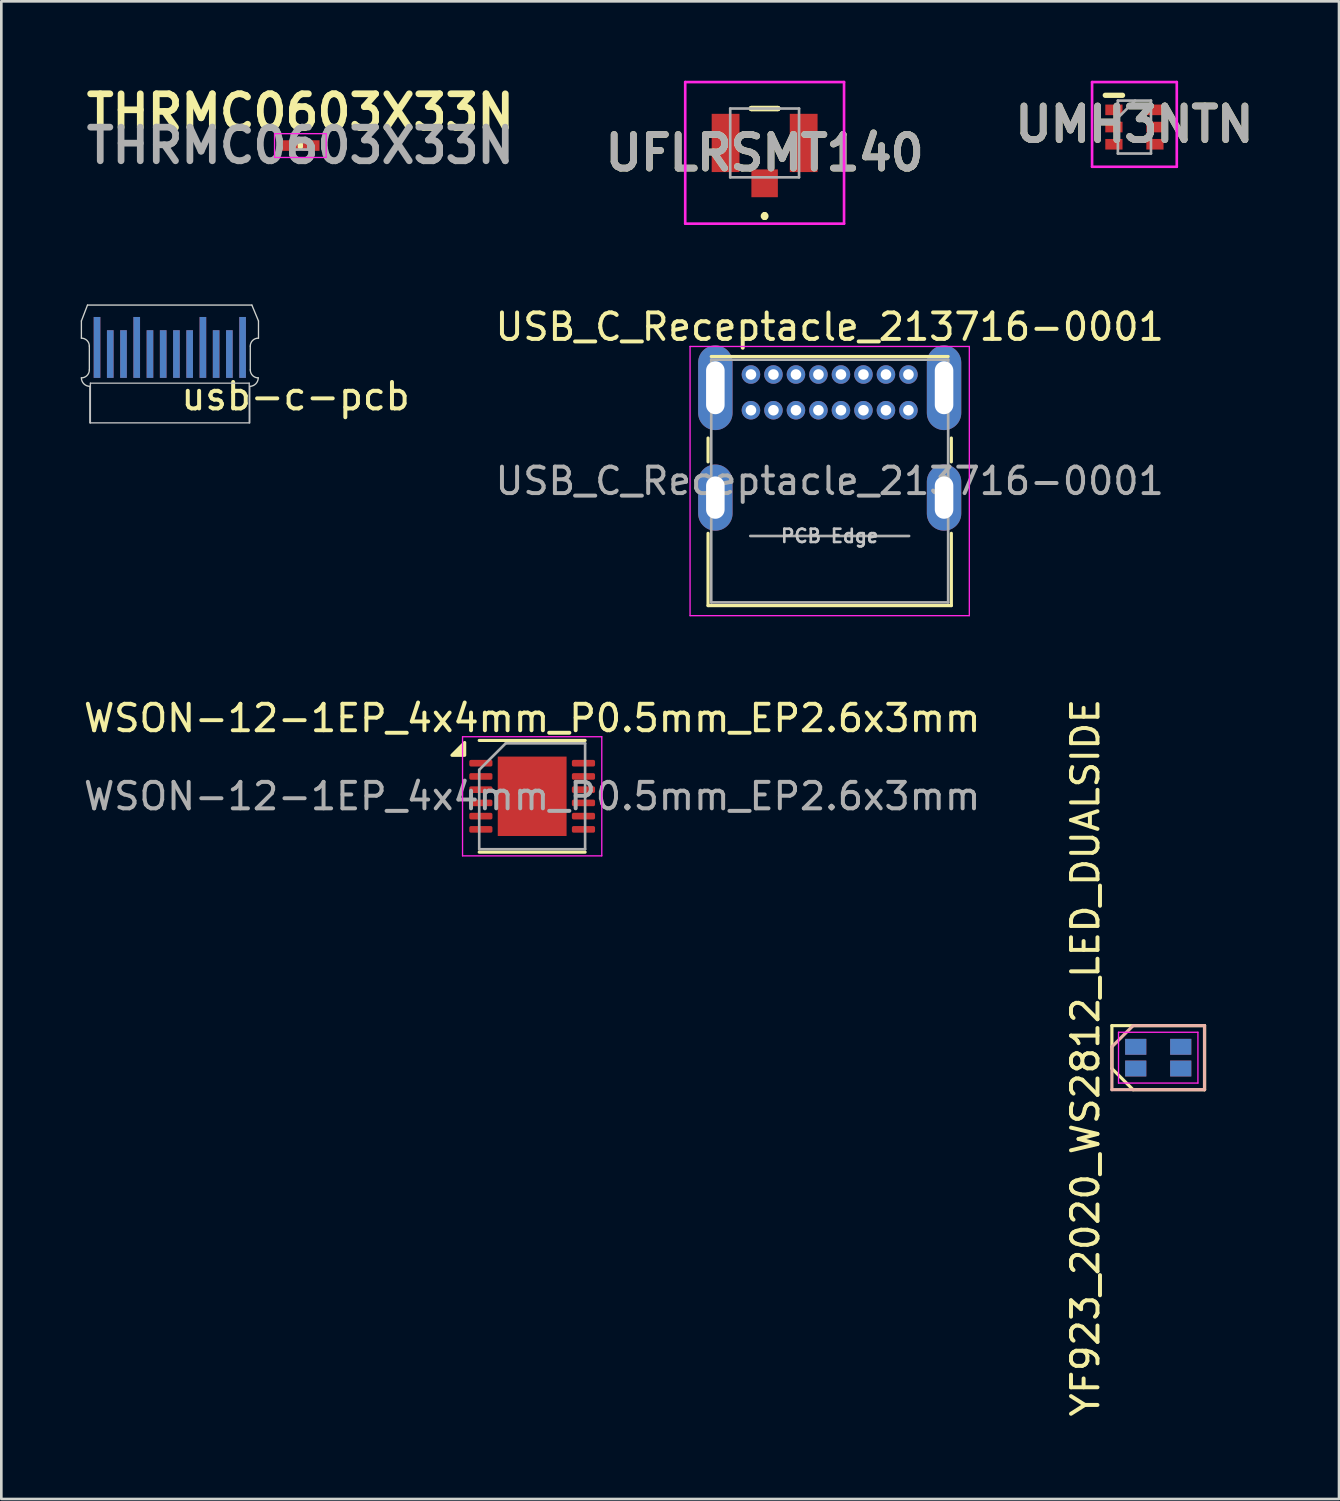
<source format=kicad_pcb>
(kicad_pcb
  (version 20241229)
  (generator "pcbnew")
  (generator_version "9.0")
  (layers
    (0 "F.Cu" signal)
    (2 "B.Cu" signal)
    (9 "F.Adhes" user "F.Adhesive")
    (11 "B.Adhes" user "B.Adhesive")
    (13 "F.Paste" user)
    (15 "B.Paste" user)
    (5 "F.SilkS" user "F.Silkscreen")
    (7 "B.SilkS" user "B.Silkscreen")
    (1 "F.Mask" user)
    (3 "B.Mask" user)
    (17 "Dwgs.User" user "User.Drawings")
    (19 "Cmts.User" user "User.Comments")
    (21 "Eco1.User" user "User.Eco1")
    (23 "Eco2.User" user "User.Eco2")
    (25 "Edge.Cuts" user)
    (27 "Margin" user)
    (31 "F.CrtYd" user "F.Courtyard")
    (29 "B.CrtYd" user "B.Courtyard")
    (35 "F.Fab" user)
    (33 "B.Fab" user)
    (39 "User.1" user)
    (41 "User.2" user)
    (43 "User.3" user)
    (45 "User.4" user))
  (footprint "UMH3NTN"
    (layer "F.Cu")
    (at 39.806 1.75)
    (property "Reference" "UMH3NTN" (at 0 -0.1 0) (layer "F.SilkS") (effects (font (size 1.27 1.27) (thickness 0.254))))
    (attr smd)
    (fp_line (start -1.1 -1.2) (end -0.45 -1.2) (stroke (width 0.2) (type solid)) (layer "F.SilkS"))
    (fp_line (start -1.6 -1.7) (end 1.6 -1.7) (stroke (width 0.1) (type solid)) (layer "F.CrtYd"))
    (fp_line (start -1.6 1.5) (end -1.6 -1.7) (stroke (width 0.1) (type solid)) (layer "F.CrtYd"))
    (fp_line (start 1.6 -1.7) (end 1.6 1.5) (stroke (width 0.1) (type solid)) (layer "F.CrtYd"))
    (fp_line (start 1.6 1.5) (end -1.6 1.5) (stroke (width 0.1) (type solid)) (layer "F.CrtYd"))
    (fp_line (start -0.625 -1) (end 0.625 -1) (stroke (width 0.1) (type solid)) (layer "F.Fab"))
    (fp_line (start -0.625 -0.35) (end 0.025 -1) (stroke (width 0.1) (type solid)) (layer "F.Fab"))
    (fp_line (start -0.625 1) (end -0.625 -1) (stroke (width 0.1) (type solid)) (layer "F.Fab"))
    (fp_line (start 0.625 -1) (end 0.625 1) (stroke (width 0.1) (type solid)) (layer "F.Fab"))
    (fp_line (start 0.625 1) (end -0.625 1) (stroke (width 0.1) (type solid)) (layer "F.Fab"))
    (fp_text user "${REFERENCE}" (at 0 -0.1 0) (layer "F.Fab") (effects (font (size 1.27 1.27) (thickness 0.254))))
    (pad "1" smd rect (at -0.775 -0.65 90) (size 0.4 0.65) (layers "F.Cu" "F.Mask" "F.Paste"))
    (pad "2" smd rect (at -0.775 0 90) (size 0.4 0.65) (layers "F.Cu" "F.Mask" "F.Paste"))
    (pad "3" smd rect (at -0.775 0.65 90) (size 0.4 0.65) (layers "F.Cu" "F.Mask" "F.Paste"))
    (pad "4" smd rect (at 0.775 0.65 90) (size 0.4 0.65) (layers "F.Cu" "F.Mask" "F.Paste"))
    (pad "5" smd rect (at 0.775 0 90) (size 0.4 0.65) (layers "F.Cu" "F.Mask" "F.Paste"))
    (pad "6" smd rect (at 0.775 -0.65 90) (size 0.4 0.65) (layers "F.Cu" "F.Mask" "F.Paste")))
  (footprint "THRMC0603X33N"
    (layer "F.Cu")
    (at 8.297 2.449)
    (property "Reference" "THRMC0603X33N" (at 0 -1.26 0) (layer "F.SilkS") (effects (font (size 1.27 1.27) (thickness 0.254))))
    (attr smd)
    (fp_line (start 0 -0.05) (end 0 0.05) (stroke (width 0.2) (type solid)) (layer "F.SilkS"))
    (fp_line (start -0.975 -0.45) (end 0.975 -0.45) (stroke (width 0.05) (type solid)) (layer "F.CrtYd"))
    (fp_line (start -0.975 0.45) (end -0.975 -0.45) (stroke (width 0.05) (type solid)) (layer "F.CrtYd"))
    (fp_line (start 0.975 -0.45) (end 0.975 0.45) (stroke (width 0.05) (type solid)) (layer "F.CrtYd"))
    (fp_line (start 0.975 0.45) (end -0.975 0.45) (stroke (width 0.05) (type solid)) (layer "F.CrtYd"))
    (fp_line (start -0.3 -0.15) (end 0.3 -0.15) (stroke (width 0.1) (type solid)) (layer "F.Fab"))
    (fp_line (start -0.3 0.15) (end -0.3 -0.15) (stroke (width 0.1) (type solid)) (layer "F.Fab"))
    (fp_line (start 0.3 -0.15) (end 0.3 0.15) (stroke (width 0.1) (type solid)) (layer "F.Fab"))
    (fp_line (start 0.3 0.15) (end -0.3 0.15) (stroke (width 0.1) (type solid)) (layer "F.Fab"))
    (fp_text user "${REFERENCE}" (at 0 0 0) (layer "F.Fab") (effects (font (size 1.27 1.27) (thickness 0.254))))
    (pad "1" smd rect (at -0.4 0 90) (size 0.4 0.65) (layers "F.Cu" "F.Mask" "F.Paste"))
    (pad "2" smd rect (at 0.4 0 90) (size 0.4 0.65) (layers "F.Cu" "F.Mask" "F.Paste")))
  (footprint "usb-c-pcb"
    (layer "F.Cu")
    (at 3.365 12.925)
    (property "Reference" "usb-c-pcb" (at 4.75 -1 0) (layer "F.SilkS") (effects (font (size 1 1) (thickness 0.15))))
    (attr smd)
    (fp_line (start -3 -1.5) (end -3 0) (stroke (width 0.05) (type solid)) (layer "Dwgs.User"))
    (fp_line (start -3 0) (end 3 0) (stroke (width 0.05) (type solid)) (layer "Dwgs.User"))
    (fp_line (start 3 -1.5) (end -3 -1.5) (stroke (width 0.05) (type solid)) (layer "Dwgs.User"))
    (fp_line (start 3 0) (end 3 -1.5) (stroke (width 0.05) (type solid)) (layer "Dwgs.User"))
    (fp_line (start -3.34 -3.85) (end -3.34 -3.2) (stroke (width 0.05) (type solid)) (layer "Edge.Cuts"))
    (fp_line (start -3.11 -4.45) (end -3.34 -3.85) (stroke (width 0.05) (type solid)) (layer "Edge.Cuts"))
    (fp_line (start -3.11 -4.45) (end 3.1 -4.45) (stroke (width 0.05) (type solid)) (layer "Edge.Cuts"))
    (fp_line (start -3.04 -2.9) (end -3.04 -2) (stroke (width 0.05) (type solid)) (layer "Edge.Cuts"))
    (fp_line (start -3.02 -1.38) (end -3.02 0) (stroke (width 0.05) (type default)) (layer "Edge.Cuts"))
    (fp_line (start 3.02 -1.38) (end 3.02 0) (stroke (width 0.05) (type default)) (layer "Edge.Cuts"))
    (fp_line (start 3.04 -2.9) (end 3.04 -2) (stroke (width 0.05) (type solid)) (layer "Edge.Cuts"))
    (fp_line (start 3.1 -4.45) (end 3.35 -3.85) (stroke (width 0.05) (type solid)) (layer "Edge.Cuts"))
    (fp_line (start 3.35 -3.85) (end 3.35 -3.2) (stroke (width 0.05) (type solid)) (layer "Edge.Cuts"))
    (fp_arc (start -3.34 -3.2) (mid -3.127868 -3.112132) (end -3.04 -2.9) (stroke (width 0.05) (type solid)) (layer "Edge.Cuts"))
    (fp_arc (start -3.04 -2) (mid -3.127868 -1.787868) (end -3.34 -1.7) (stroke (width 0.05) (type solid)) (layer "Edge.Cuts"))
    (fp_arc (start -3.02 -1.38) (mid -3.246274 -1.473726) (end -3.34 -1.7) (stroke (width 0.05) (type solid)) (layer "Edge.Cuts"))
    (fp_arc (start 3.04 -2.9) (mid 3.131406 -3.115714) (end 3.35 -3.2) (stroke (width 0.05) (type solid)) (layer "Edge.Cuts"))
    (fp_arc (start 3.34 -1.7) (mid 3.246274 -1.473726) (end 3.02 -1.38) (stroke (width 0.05) (type solid)) (layer "Edge.Cuts"))
    (fp_arc (start 3.34 -1.7) (mid 3.127868 -1.787868) (end 3.04 -2) (stroke (width 0.05) (type solid)) (layer "Edge.Cuts"))
    (pad "A1" smd rect (at 2.75 -2.85) (size 0.25 2.3) (layers "F.Cu" "F.Mask" "F.Paste"))
    (pad "A2" smd rect (at 2.25 -2.6) (size 0.25 1.8) (layers "F.Cu" "F.Mask" "F.Paste"))
    (pad "A3" smd rect (at 1.75 -2.6) (size 0.25 1.8) (layers "F.Cu" "F.Mask" "F.Paste"))
    (pad "A4" smd rect (at 1.25 -2.85) (size 0.25 2.3) (layers "F.Cu" "F.Mask" "F.Paste"))
    (pad "A5" smd rect (at 0.75 -2.6) (size 0.25 1.8) (layers "F.Cu" "F.Mask" "F.Paste"))
    (pad "A6" smd rect (at 0.25 -2.6) (size 0.25 1.8) (layers "F.Cu" "F.Mask" "F.Paste"))
    (pad "A7" smd rect (at -0.25 -2.6) (size 0.25 1.8) (layers "F.Cu" "F.Mask" "F.Paste"))
    (pad "A8" smd rect (at -0.75 -2.6) (size 0.25 1.8) (layers "F.Cu" "F.Mask" "F.Paste"))
    (pad "A9" smd rect (at -1.25 -2.85) (size 0.25 2.3) (layers "F.Cu" "F.Mask" "F.Paste"))
    (pad "A10" smd rect (at -1.75 -2.6) (size 0.25 1.8) (layers "F.Cu" "F.Mask" "F.Paste"))
    (pad "A11" smd rect (at -2.25 -2.6) (size 0.25 1.8) (layers "F.Cu" "F.Mask" "F.Paste"))
    (pad "A12" smd rect (at -2.75 -2.85) (size 0.25 2.3) (layers "F.Cu" "F.Mask" "F.Paste"))
    (pad "B1" smd rect (at -2.75 -2.85 180) (size 0.25 2.3) (layers "B.Cu" "B.Mask" "B.Paste"))
    (pad "B2" smd rect (at -2.25 -2.6 180) (size 0.25 1.8) (layers "B.Cu" "B.Mask" "B.Paste"))
    (pad "B3" smd rect (at -1.75 -2.6 180) (size 0.25 1.8) (layers "B.Cu" "B.Mask" "B.Paste"))
    (pad "B4" smd rect (at -1.25 -2.85 180) (size 0.25 2.3) (layers "B.Cu" "B.Mask" "B.Paste"))
    (pad "B5" smd rect (at -0.75 -2.6 180) (size 0.25 1.8) (layers "B.Cu" "B.Mask" "B.Paste"))
    (pad "B6" smd rect (at -0.25 -2.6 180) (size 0.25 1.8) (layers "B.Cu" "B.Mask" "B.Paste"))
    (pad "B7" smd rect (at 0.25 -2.6 180) (size 0.25 1.8) (layers "B.Cu" "B.Mask" "B.Paste"))
    (pad "B8" smd rect (at 0.75 -2.6 180) (size 0.25 1.8) (layers "B.Cu" "B.Mask" "B.Paste"))
    (pad "B9" smd rect (at 1.25 -2.85 180) (size 0.25 2.3) (layers "B.Cu" "B.Mask" "B.Paste"))
    (pad "B10" smd rect (at 1.75 -2.6 180) (size 0.25 1.8) (layers "B.Cu" "B.Mask" "B.Paste"))
    (pad "B11" smd rect (at 2.25 -2.6 180) (size 0.25 1.8) (layers "B.Cu" "B.Mask" "B.Paste"))
    (pad "B12" smd rect (at 2.75 -2.85 180) (size 0.25 2.3) (layers "B.Cu" "B.Mask" "B.Paste")))
  (footprint "YF923_2020_WS2812_LED_DUALSIDE"
    (layer "F.Cu")
    (at 40.705 36.906)
    (property "Reference" "YF923_2020_WS2812_LED_DUALSIDE" (at -2.75 0 90) (layer "F.SilkS") (effects (font (size 1 1) (thickness 0.15))))
    (attr through_hole)
    (fp_line (start -1.75 -1.21) (end 1.75 -1.21) (stroke (width 0.12) (type solid)) (layer "F.SilkS"))
    (fp_line (start -1.75 0.41) (end -1.75 -1.21) (stroke (width 0.12) (type solid)) (layer "F.SilkS"))
    (fp_line (start -0.95 1.21) (end -1.75 0.41) (stroke (width 0.12) (type solid)) (layer "F.SilkS"))
    (fp_line (start 1.75 -1.21) (end 1.75 1.21) (stroke (width 0.12) (type solid)) (layer "F.SilkS"))
    (fp_line (start 1.75 1.21) (end -0.95 1.21) (stroke (width 0.12) (type solid)) (layer "F.SilkS"))
    (fp_line (start -1.75 -0.41) (end -1.75 1.21) (stroke (width 0.12) (type solid)) (layer "B.SilkS"))
    (fp_line (start -1.75 1.21) (end 1.75 1.21) (stroke (width 0.12) (type solid)) (layer "B.SilkS"))
    (fp_line (start -0.95 -1.21) (end -1.75 -0.41) (stroke (width 0.12) (type solid)) (layer "B.SilkS"))
    (fp_line (start 1.75 -1.21) (end -0.95 -1.21) (stroke (width 0.12) (type solid)) (layer "B.SilkS"))
    (fp_line (start 1.75 1.21) (end 1.75 -1.21) (stroke (width 0.12) (type solid)) (layer "B.SilkS"))
    (fp_line (start -1.5 -0.96) (end 1.5 -0.96) (stroke (width 0.05) (type solid)) (layer "F.CrtYd"))
    (fp_line (start -1.5 0.96) (end -1.5 -0.96) (stroke (width 0.05) (type solid)) (layer "F.CrtYd"))
    (fp_line (start 1.5 -0.96) (end 1.5 0.96) (stroke (width 0.05) (type solid)) (layer "F.CrtYd"))
    (fp_line (start 1.5 0.96) (end -1.5 0.96) (stroke (width 0.05) (type solid)) (layer "F.CrtYd"))
    (pad "1" smd rect (at -0.85 -0.41 180) (size 0.8 0.6) (layers "B.Cu" "B.Mask" "B.Paste"))
    (pad "1" smd rect (at -0.85 0.41) (size 0.8 0.6) (layers "F.Cu" "F.Mask" "F.Paste"))
    (pad "2" smd rect (at 0.85 -0.41) (size 0.8 0.6) (layers "F.Cu" "F.Mask" "F.Paste"))
    (pad "2" smd rect (at 0.85 0.41 180) (size 0.8 0.6) (layers "B.Cu" "B.Mask" "B.Paste"))
    (pad "3" smd rect (at 0.85 -0.41 180) (size 0.8 0.6) (layers "B.Cu" "B.Mask" "B.Paste"))
    (pad "3" smd rect (at 0.85 0.41) (size 0.8 0.6) (layers "F.Cu" "F.Mask" "F.Paste"))
    (pad "4" smd rect (at -0.85 -0.41) (size 0.8 0.6) (layers "F.Cu" "F.Mask" "F.Paste"))
    (pad "4" smd rect (at -0.85 0.41 180) (size 0.8 0.6) (layers "B.Cu" "B.Mask" "B.Paste")))
  (footprint "WSON-12-1EP_4x4mm_P0.5mm_EP2.6x3mm"
    (layer "F.Cu")
    (at 17.054 27.032)
    (property "Reference" "WSON-12-1EP_4x4mm_P0.5mm_EP2.6x3mm" (at 0 -2.95 0) (layer "F.SilkS") (effects (font (size 1 1) (thickness 0.15))))
    (attr smd)
    (fp_line (start -2 -2.11) (end 2 -2.11) (stroke (width 0.12) (type solid)) (layer "F.SilkS"))
    (fp_line (start -2 2.11) (end 2 2.11) (stroke (width 0.12) (type solid)) (layer "F.SilkS"))
    (fp_poly (pts (xy -2.55 -1.55) (xy -3.03 -1.55) (xy -2.55 -2.03) (xy -2.55 -1.55)) (stroke (width 0.12) (type solid)) (fill yes) (layer "F.SilkS"))
    (fp_line (start -2.63 -2.25) (end -2.63 2.25) (stroke (width 0.05) (type solid)) (layer "F.CrtYd"))
    (fp_line (start -2.63 2.25) (end 2.63 2.25) (stroke (width 0.05) (type solid)) (layer "F.CrtYd"))
    (fp_line (start 2.63 -2.25) (end -2.63 -2.25) (stroke (width 0.05) (type solid)) (layer "F.CrtYd"))
    (fp_line (start 2.63 2.25) (end 2.63 -2.25) (stroke (width 0.05) (type solid)) (layer "F.CrtYd"))
    (fp_line (start -2 -1) (end -1 -2) (stroke (width 0.1) (type solid)) (layer "F.Fab"))
    (fp_line (start -2 2) (end -2 -1) (stroke (width 0.1) (type solid)) (layer "F.Fab"))
    (fp_line (start -1 -2) (end 2 -2) (stroke (width 0.1) (type solid)) (layer "F.Fab"))
    (fp_line (start 2 -2) (end 2 2) (stroke (width 0.1) (type solid)) (layer "F.Fab"))
    (fp_line (start 2 2) (end -2 2) (stroke (width 0.1) (type solid)) (layer "F.Fab"))
    (fp_text user "${REFERENCE}" (at 0 0 0) (layer "F.Fab") (effects (font (size 1 1) (thickness 0.15))))
    (pad "" smd roundrect (at -0.65 -0.75) (size 1.05 1.21) (layers "F.Paste") (roundrect_rratio 0.238))
    (pad "" smd roundrect (at -0.65 0.75) (size 1.05 1.21) (layers "F.Paste") (roundrect_rratio 0.238))
    (pad "" smd roundrect (at 0.65 -0.75) (size 1.05 1.21) (layers "F.Paste") (roundrect_rratio 0.238))
    (pad "" smd roundrect (at 0.65 0.75) (size 1.05 1.21) (layers "F.Paste") (roundrect_rratio 0.238))
    (pad "1" smd roundrect (at -1.938 -1.25) (size 0.875 0.25) (layers "F.Cu" "F.Mask" "F.Paste") (roundrect_rratio 0.25))
    (pad "2" smd roundrect (at -1.938 -0.75) (size 0.875 0.25) (layers "F.Cu" "F.Mask" "F.Paste") (roundrect_rratio 0.25))
    (pad "3" smd roundrect (at -1.938 -0.25) (size 0.875 0.25) (layers "F.Cu" "F.Mask" "F.Paste") (roundrect_rratio 0.25))
    (pad "4" smd roundrect (at -1.938 0.25) (size 0.875 0.25) (layers "F.Cu" "F.Mask" "F.Paste") (roundrect_rratio 0.25))
    (pad "5" smd roundrect (at -1.938 0.75) (size 0.875 0.25) (layers "F.Cu" "F.Mask" "F.Paste") (roundrect_rratio 0.25))
    (pad "6" smd roundrect (at -1.938 1.25) (size 0.875 0.25) (layers "F.Cu" "F.Mask" "F.Paste") (roundrect_rratio 0.25))
    (pad "7" smd roundrect (at 1.938 1.25) (size 0.875 0.25) (layers "F.Cu" "F.Mask" "F.Paste") (roundrect_rratio 0.25))
    (pad "8" smd roundrect (at 1.938 0.75) (size 0.875 0.25) (layers "F.Cu" "F.Mask" "F.Paste") (roundrect_rratio 0.25))
    (pad "9" smd roundrect (at 1.938 0.25) (size 0.875 0.25) (layers "F.Cu" "F.Mask" "F.Paste") (roundrect_rratio 0.25))
    (pad "10" smd roundrect (at 1.938 -0.25) (size 0.875 0.25) (layers "F.Cu" "F.Mask" "F.Paste") (roundrect_rratio 0.25))
    (pad "11" smd roundrect (at 1.938 -0.75) (size 0.875 0.25) (layers "F.Cu" "F.Mask" "F.Paste") (roundrect_rratio 0.25))
    (pad "12" smd roundrect (at 1.938 -1.25) (size 0.875 0.25) (layers "F.Cu" "F.Mask" "F.Paste") (roundrect_rratio 0.25))
    (pad "13" smd rect (at 0 0) (size 2.6 3) (property pad_prop_heatsink) (layers "F.Cu" "F.Mask")))
  (footprint "UFLRSMT140"
    (layer "F.Cu")
    (at 25.836 2.462)
    (property "Reference" "UFLRSMT140" (at 0 0.263 0) (layer "F.SilkS") (effects (font (size 1.27 1.27) (thickness 0.254))))
    (attr smd)
    (fp_line (start -0.5 -1.412) (end -0.5 -1.412) (stroke (width 0.2) (type solid)) (layer "F.SilkS"))
    (fp_line (start -0.5 -1.412) (end 0.5 -1.412) (stroke (width 0.2) (type solid)) (layer "F.SilkS"))
    (fp_line (start 0 2.6) (end 0 2.6) (stroke (width 0.2) (type solid)) (layer "F.SilkS"))
    (fp_line (start 0 2.7) (end 0 2.6) (stroke (width 0.2) (type solid)) (layer "F.SilkS"))
    (fp_line (start 0 2.7) (end 0 2.7) (stroke (width 0.2) (type solid)) (layer "F.SilkS"))
    (fp_line (start 0.5 -1.412) (end -0.5 -1.412) (stroke (width 0.2) (type solid)) (layer "F.SilkS"))
    (fp_line (start 0.5 -1.412) (end 0.5 -1.412) (stroke (width 0.2) (type solid)) (layer "F.SilkS"))
    (fp_arc (start 0 2.6) (mid 0.05 2.65) (end 0 2.7) (stroke (width 0.2) (type solid)) (layer "F.SilkS"))
    (fp_arc (start 0 2.7) (mid -0.05 2.65) (end 0 2.6) (stroke (width 0.2) (type solid)) (layer "F.SilkS"))
    (fp_line (start -3 -2.412) (end 3 -2.412) (stroke (width 0.1) (type solid)) (layer "F.CrtYd"))
    (fp_line (start -3 2.938) (end -3 -2.412) (stroke (width 0.1) (type solid)) (layer "F.CrtYd"))
    (fp_line (start 3 -2.412) (end 3 2.938) (stroke (width 0.1) (type solid)) (layer "F.CrtYd"))
    (fp_line (start 3 2.938) (end -3 2.938) (stroke (width 0.1) (type solid)) (layer "F.CrtYd"))
    (fp_line (start -1.3 -1.412) (end -1.3 1.188) (stroke (width 0.1) (type solid)) (layer "F.Fab"))
    (fp_line (start -1.3 1.188) (end 1.3 1.188) (stroke (width 0.1) (type solid)) (layer "F.Fab"))
    (fp_line (start 1.3 -1.412) (end -1.3 -1.412) (stroke (width 0.1) (type solid)) (layer "F.Fab"))
    (fp_line (start 1.3 1.188) (end 1.3 -1.412) (stroke (width 0.1) (type solid)) (layer "F.Fab"))
    (fp_text user "${REFERENCE}" (at 0 0.263 0) (layer "F.Fab") (effects (font (size 1.27 1.27) (thickness 0.254))))
    (pad "1" smd rect (at 0 1.413) (size 1 1.05) (layers "F.Cu" "F.Mask" "F.Paste"))
    (pad "2" smd rect (at 1.475 -0.112) (size 1.05 2.2) (layers "F.Cu" "F.Mask" "F.Paste"))
    (pad "3" smd rect (at -1.475 -0.112) (size 1.05 2.2) (layers "F.Cu" "F.Mask" "F.Paste")))
  (footprint "USB_C_Receptacle_213716-0001"
    (layer "F.Cu")
    (at 25.319 11.098)
    (property "Reference" "USB_C_Receptacle_213716-0001" (at 2.975 -1.8 0) (layer "F.SilkS") (effects (font (size 1 1) (thickness 0.15))))
    (attr through_hole)
    (fp_line (start -1.62 2.4) (end -1.62 3.3) (stroke (width 0.12) (type solid)) (layer "F.SilkS"))
    (fp_line (start -1.62 6) (end -1.62 8.73) (stroke (width 0.12) (type solid)) (layer "F.SilkS"))
    (fp_line (start -1.62 8.73) (end 7.57 8.73) (stroke (width 0.12) (type solid)) (layer "F.SilkS"))
    (fp_line (start -1.5 -0.68) (end 7.45 -0.68) (stroke (width 0.12) (type solid)) (layer "F.SilkS"))
    (fp_line (start 7.57 2.4) (end 7.57 3.3) (stroke (width 0.12) (type solid)) (layer "F.SilkS"))
    (fp_line (start 7.57 6) (end 7.57 8.73) (stroke (width 0.12) (type solid)) (layer "F.SilkS"))
    (fp_line (start -2.3 -1.06) (end -2.3 9.11) (stroke (width 0.05) (type solid)) (layer "F.CrtYd"))
    (fp_line (start -2.3 -1.06) (end 8.25 -1.06) (stroke (width 0.05) (type solid)) (layer "F.CrtYd"))
    (fp_line (start -2.3 9.11) (end 8.25 9.11) (stroke (width 0.05) (type solid)) (layer "F.CrtYd"))
    (fp_line (start 8.25 -1.06) (end 8.25 9.11) (stroke (width 0.05) (type solid)) (layer "F.CrtYd"))
    (fp_line (start -1.5 -0.56) (end -1.5 8.61) (stroke (width 0.1) (type solid)) (layer "F.Fab"))
    (fp_line (start -1.5 -0.56) (end 7.45 -0.56) (stroke (width 0.1) (type solid)) (layer "F.Fab"))
    (fp_line (start -1.5 8.61) (end 7.45 8.61) (stroke (width 0.1) (type solid)) (layer "F.Fab"))
    (fp_line (start -0.025 6.1) (end 5.975 6.1) (stroke (width 0.1) (type solid)) (layer "F.Fab"))
    (fp_line (start 7.45 -0.56) (end 7.45 8.61) (stroke (width 0.1) (type solid)) (layer "F.Fab"))
    (fp_text user "PCB Edge" (at 2.975 6.1 0) (layer "Dwgs.User") (effects (font (size 0.5 0.5) (thickness 0.1))))
    (fp_text user "${REFERENCE}" (at 2.975 4.025 0) (layer "F.Fab") (effects (font (size 1 1) (thickness 0.15))))
    (pad "A1" thru_hole circle (at 0 0) (size 0.7 0.7) (drill 0.4) (layers "*.Cu" "*.Mask"))
    (pad "A4" thru_hole circle (at 0.85 0) (size 0.7 0.7) (drill 0.4) (layers "*.Cu" "*.Mask"))
    (pad "A5" thru_hole circle (at 1.7 0) (size 0.7 0.7) (drill 0.4) (layers "*.Cu" "*.Mask"))
    (pad "A6" thru_hole circle (at 2.55 0) (size 0.7 0.7) (drill 0.4) (layers "*.Cu" "*.Mask"))
    (pad "A7" thru_hole circle (at 3.4 0) (size 0.7 0.7) (drill 0.4) (layers "*.Cu" "*.Mask"))
    (pad "A8" thru_hole circle (at 4.25 0) (size 0.7 0.7) (drill 0.4) (layers "*.Cu" "*.Mask"))
    (pad "A9" thru_hole circle (at 5.1 0) (size 0.7 0.7) (drill 0.4) (layers "*.Cu" "*.Mask"))
    (pad "A12" thru_hole circle (at 5.95 0) (size 0.7 0.7) (drill 0.4) (layers "*.Cu" "*.Mask"))
    (pad "B1" thru_hole circle (at 5.95 1.35) (size 0.7 0.7) (drill 0.4) (layers "*.Cu" "*.Mask"))
    (pad "B4" thru_hole circle (at 5.1 1.35) (size 0.7 0.7) (drill 0.4) (layers "*.Cu" "*.Mask"))
    (pad "B5" thru_hole circle (at 4.25 1.35) (size 0.7 0.7) (drill 0.4) (layers "*.Cu" "*.Mask"))
    (pad "B6" thru_hole circle (at 3.4 1.35) (size 0.7 0.7) (drill 0.4) (layers "*.Cu" "*.Mask"))
    (pad "B7" thru_hole circle (at 2.55 1.35) (size 0.7 0.7) (drill 0.4) (layers "*.Cu" "*.Mask"))
    (pad "B8" thru_hole circle (at 1.7 1.35) (size 0.7 0.7) (drill 0.4) (layers "*.Cu" "*.Mask"))
    (pad "B9" thru_hole circle (at 0.85 1.35) (size 0.7 0.7) (drill 0.4) (layers "*.Cu" "*.Mask"))
    (pad "B12" thru_hole circle (at 0 1.35) (size 0.7 0.7) (drill 0.4) (layers "*.Cu" "*.Mask"))
    (pad "S1" thru_hole oval (at -1.345 0.5) (size 1.3 3.2) (drill oval 0.7 2) (layers "*.Cu" "*.Mask"))
    (pad "S1" thru_hole oval (at -1.345 4.65) (size 1.3 2.5) (drill oval 0.7 1.6) (layers "*.Cu" "*.Mask"))
    (pad "S1" thru_hole oval (at 7.295 0.5) (size 1.3 3.2) (drill oval 0.7 2) (layers "*.Cu" "*.Mask"))
    (pad "S1" thru_hole oval (at 7.295 4.65) (size 1.3 2.5) (drill oval 0.7 1.6) (layers "*.Cu" "*.Mask")))
  (gr_rect
    (start -3 -3)
    (end 47.535 53.578)
    (stroke (width 0.1) (type default))
    (fill no)
    (layer "Edge.Cuts")))
</source>
